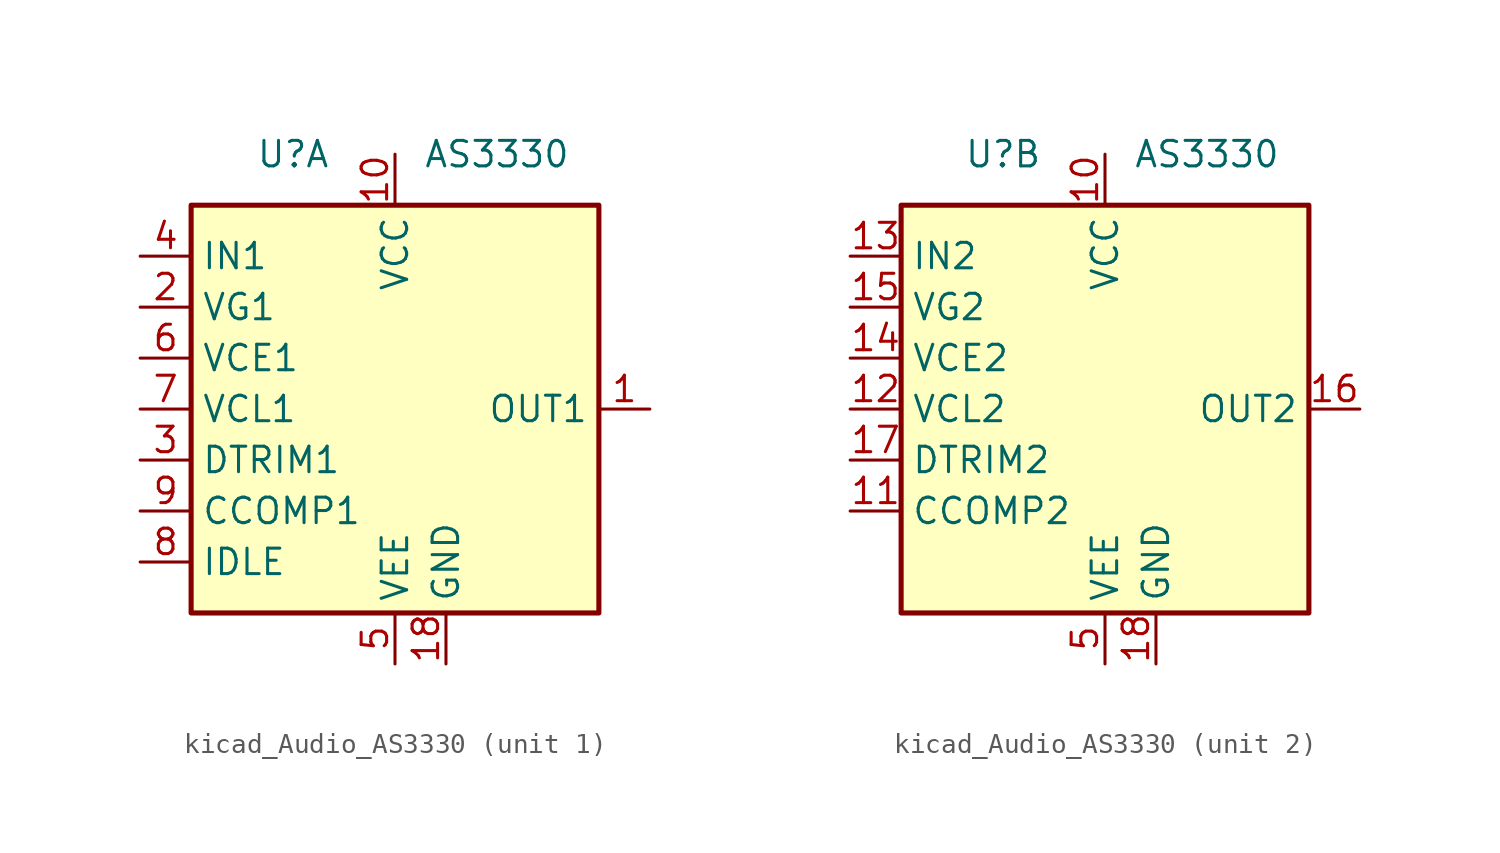
<source format=kicad_sym>
(kicad_symbol_lib
  (version 20220914)
  (generator kicad_symbol_editor)
  (symbol "kicad_Audio_AS3330"
    (property "Reference" "U"
      (at -5.08 12.7 0)
      (effects (font (size 1.27 1.27))))
    (property "Value" "AS3330"
      (at 5.08 12.7 0)
      (effects (font (size 1.27 1.27))))
    (symbol "kicad_Audio_AS3330_0_1"
      (rectangle (start -10.16 10.16) (end 10.16 -10.16) (stroke (width 0.254) (type default)) (fill (type background)))
      (pin power_in line (at 0 12.7 270) (length 2.54) (name "VCC" (effects (font (size 1.27 1.27)))) (number "10" (effects (font (size 1.27 1.27)))))
      (pin power_in line (at 2.54 -12.7 90) (length 2.54) (name "GND" (effects (font (size 1.27 1.27)))) (number "18" (effects (font (size 1.27 1.27)))))
      (pin power_in line (at 0 -12.7 90) (length 2.54) (name "VEE" (effects (font (size 1.27 1.27)))) (number "5" (effects (font (size 1.27 1.27))))))
    (symbol "kicad_Audio_AS3330_1_1"
      (pin output line (at 12.7 0 180) (length 2.54) (name "OUT1" (effects (font (size 1.27 1.27)))) (number "1" (effects (font (size 1.27 1.27)))))
      (pin input line (at -12.7 5.08 0) (length 2.54) (name "VG1" (effects (font (size 1.27 1.27)))) (number "2" (effects (font (size 1.27 1.27)))))
      (pin passive line (at -12.7 -2.54 0) (length 2.54) (name "DTRIM1" (effects (font (size 1.27 1.27)))) (number "3" (effects (font (size 1.27 1.27)))))
      (pin input line (at -12.7 7.62 0) (length 2.54) (name "IN1" (effects (font (size 1.27 1.27)))) (number "4" (effects (font (size 1.27 1.27)))))
      (pin input line (at -12.7 2.54 0) (length 2.54) (name "VCE1" (effects (font (size 1.27 1.27)))) (number "6" (effects (font (size 1.27 1.27)))))
      (pin input line (at -12.7 0 0) (length 2.54) (name "VCL1" (effects (font (size 1.27 1.27)))) (number "7" (effects (font (size 1.27 1.27)))))
      (pin passive line (at -12.7 -7.62 0) (length 2.54) (name "IDLE" (effects (font (size 1.27 1.27)))) (number "8" (effects (font (size 1.27 1.27)))))
      (pin passive line (at -12.7 -5.08 0) (length 2.54) (name "CCOMP1" (effects (font (size 1.27 1.27)))) (number "9" (effects (font (size 1.27 1.27))))))
    (symbol "kicad_Audio_AS3330_2_1"
      (pin passive line (at -12.7 -5.08 0) (length 2.54) (name "CCOMP2" (effects (font (size 1.27 1.27)))) (number "11" (effects (font (size 1.27 1.27)))))
      (pin input line (at -12.7 0 0) (length 2.54) (name "VCL2" (effects (font (size 1.27 1.27)))) (number "12" (effects (font (size 1.27 1.27)))))
      (pin input line (at -12.7 7.62 0) (length 2.54) (name "IN2" (effects (font (size 1.27 1.27)))) (number "13" (effects (font (size 1.27 1.27)))))
      (pin input line (at -12.7 2.54 0) (length 2.54) (name "VCE2" (effects (font (size 1.27 1.27)))) (number "14" (effects (font (size 1.27 1.27)))))
      (pin input line (at -12.7 5.08 0) (length 2.54) (name "VG2" (effects (font (size 1.27 1.27)))) (number "15" (effects (font (size 1.27 1.27)))))
      (pin output line (at 12.7 0 180) (length 2.54) (name "OUT2" (effects (font (size 1.27 1.27)))) (number "16" (effects (font (size 1.27 1.27)))))
      (pin passive line (at -12.7 -2.54 0) (length 2.54) (name "DTRIM2" (effects (font (size 1.27 1.27)))) (number "17" (effects (font (size 1.27 1.27))))))))
</source>
